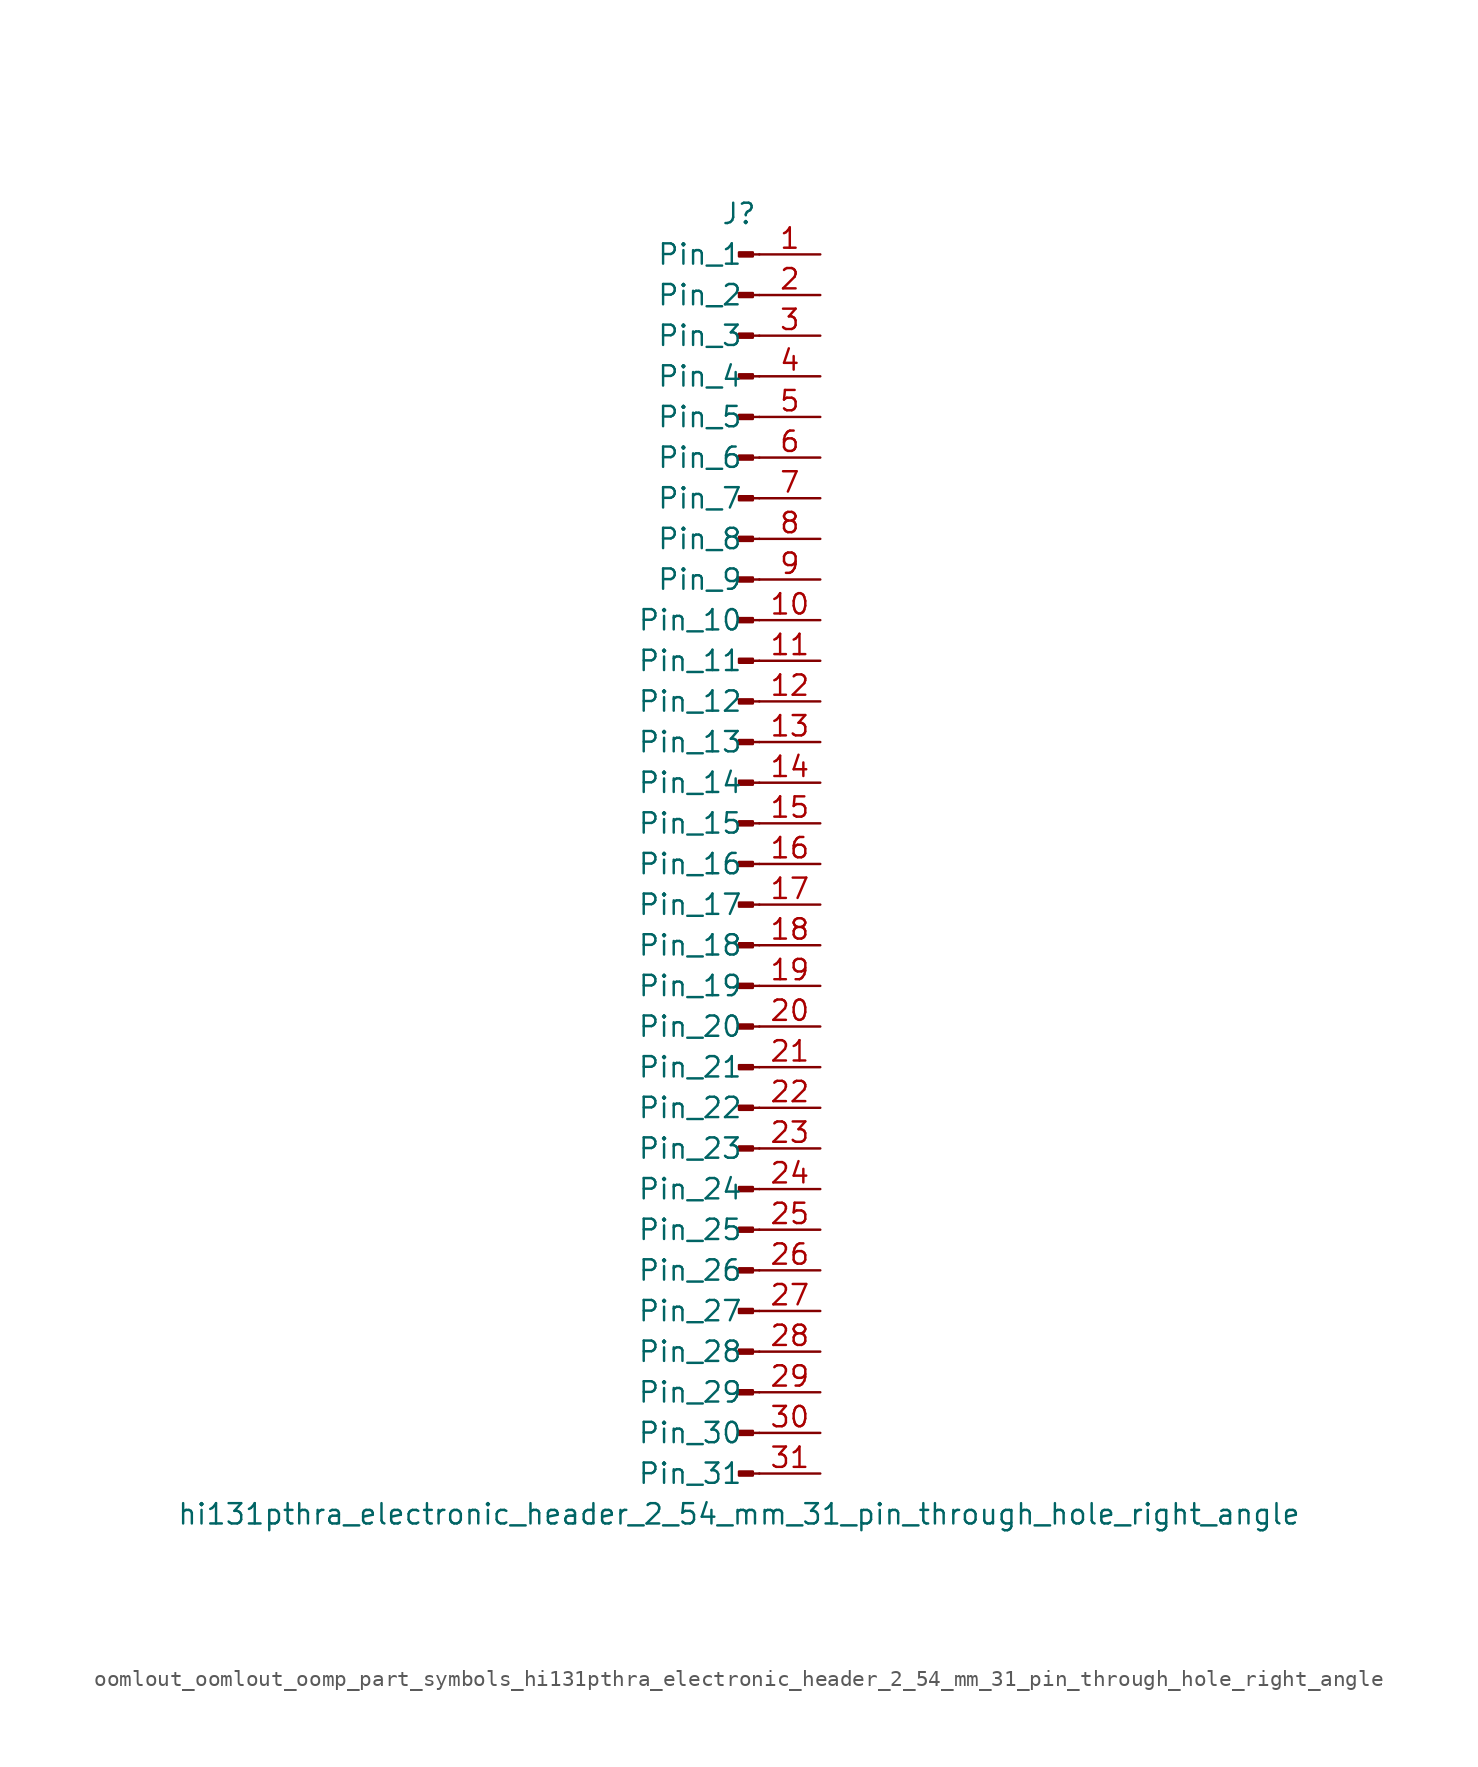
<source format=kicad_sym>
(kicad_symbol_lib
  (version 20220914)
  (generator kicad_symbol_editor)
  (symbol "oomlout_oomlout_oomp_part_symbols_hi131pthra_electronic_header_2_54_mm_31_pin_through_hole_right_angle"
    (pin_names
      (offset 1.016))
    (property "Reference" "J"
      (at 0 40.64 0)
      (effects (font (size 1.27 1.27))))
    (property "Value" "hi131pthra_electronic_header_2_54_mm_31_pin_through_hole_right_angle"
      (at 0 -40.64 0)
      (effects (font (size 1.27 1.27))))
    (property "ki_locked" ""
      (at 0 0 0)
      (effects (font (size 1.27 1.27))))
    (symbol "oomlout_oomlout_oomp_part_symbols_hi131pthra_electronic_header_2_54_mm_31_pin_through_hole_right_angle_1_1"
      (polyline (pts (xy 1.27 -38.1) (xy 0.864 -38.1)) (stroke (width 0.152) (type default)) (fill (type none)))
      (polyline (pts (xy 1.27 -35.56) (xy 0.864 -35.56)) (stroke (width 0.152) (type default)) (fill (type none)))
      (polyline (pts (xy 1.27 -33.02) (xy 0.864 -33.02)) (stroke (width 0.152) (type default)) (fill (type none)))
      (polyline (pts (xy 1.27 -30.48) (xy 0.864 -30.48)) (stroke (width 0.152) (type default)) (fill (type none)))
      (polyline (pts (xy 1.27 -27.94) (xy 0.864 -27.94)) (stroke (width 0.152) (type default)) (fill (type none)))
      (polyline (pts (xy 1.27 -25.4) (xy 0.864 -25.4)) (stroke (width 0.152) (type default)) (fill (type none)))
      (polyline (pts (xy 1.27 -22.86) (xy 0.864 -22.86)) (stroke (width 0.152) (type default)) (fill (type none)))
      (polyline (pts (xy 1.27 -20.32) (xy 0.864 -20.32)) (stroke (width 0.152) (type default)) (fill (type none)))
      (polyline (pts (xy 1.27 -17.78) (xy 0.864 -17.78)) (stroke (width 0.152) (type default)) (fill (type none)))
      (polyline (pts (xy 1.27 -15.24) (xy 0.864 -15.24)) (stroke (width 0.152) (type default)) (fill (type none)))
      (polyline (pts (xy 1.27 -12.7) (xy 0.864 -12.7)) (stroke (width 0.152) (type default)) (fill (type none)))
      (polyline (pts (xy 1.27 -10.16) (xy 0.864 -10.16)) (stroke (width 0.152) (type default)) (fill (type none)))
      (polyline (pts (xy 1.27 -7.62) (xy 0.864 -7.62)) (stroke (width 0.152) (type default)) (fill (type none)))
      (polyline (pts (xy 1.27 -5.08) (xy 0.864 -5.08)) (stroke (width 0.152) (type default)) (fill (type none)))
      (polyline (pts (xy 1.27 -2.54) (xy 0.864 -2.54)) (stroke (width 0.152) (type default)) (fill (type none)))
      (polyline (pts (xy 1.27 0) (xy 0.864 0)) (stroke (width 0.152) (type default)) (fill (type none)))
      (polyline (pts (xy 1.27 2.54) (xy 0.864 2.54)) (stroke (width 0.152) (type default)) (fill (type none)))
      (polyline (pts (xy 1.27 5.08) (xy 0.864 5.08)) (stroke (width 0.152) (type default)) (fill (type none)))
      (polyline (pts (xy 1.27 7.62) (xy 0.864 7.62)) (stroke (width 0.152) (type default)) (fill (type none)))
      (polyline (pts (xy 1.27 10.16) (xy 0.864 10.16)) (stroke (width 0.152) (type default)) (fill (type none)))
      (polyline (pts (xy 1.27 12.7) (xy 0.864 12.7)) (stroke (width 0.152) (type default)) (fill (type none)))
      (polyline (pts (xy 1.27 15.24) (xy 0.864 15.24)) (stroke (width 0.152) (type default)) (fill (type none)))
      (polyline (pts (xy 1.27 17.78) (xy 0.864 17.78)) (stroke (width 0.152) (type default)) (fill (type none)))
      (polyline (pts (xy 1.27 20.32) (xy 0.864 20.32)) (stroke (width 0.152) (type default)) (fill (type none)))
      (polyline (pts (xy 1.27 22.86) (xy 0.864 22.86)) (stroke (width 0.152) (type default)) (fill (type none)))
      (polyline (pts (xy 1.27 25.4) (xy 0.864 25.4)) (stroke (width 0.152) (type default)) (fill (type none)))
      (polyline (pts (xy 1.27 27.94) (xy 0.864 27.94)) (stroke (width 0.152) (type default)) (fill (type none)))
      (polyline (pts (xy 1.27 30.48) (xy 0.864 30.48)) (stroke (width 0.152) (type default)) (fill (type none)))
      (polyline (pts (xy 1.27 33.02) (xy 0.864 33.02)) (stroke (width 0.152) (type default)) (fill (type none)))
      (polyline (pts (xy 1.27 35.56) (xy 0.864 35.56)) (stroke (width 0.152) (type default)) (fill (type none)))
      (polyline (pts (xy 1.27 38.1) (xy 0.864 38.1)) (stroke (width 0.152) (type default)) (fill (type none)))
      (rectangle (start 0.864 -37.973) (end 0 -38.227) (stroke (width 0.152) (type default)) (fill (type outline)))
      (rectangle (start 0.864 -35.433) (end 0 -35.687) (stroke (width 0.152) (type default)) (fill (type outline)))
      (rectangle (start 0.864 -32.893) (end 0 -33.147) (stroke (width 0.152) (type default)) (fill (type outline)))
      (rectangle (start 0.864 -30.353) (end 0 -30.607) (stroke (width 0.152) (type default)) (fill (type outline)))
      (rectangle (start 0.864 -27.813) (end 0 -28.067) (stroke (width 0.152) (type default)) (fill (type outline)))
      (rectangle (start 0.864 -25.273) (end 0 -25.527) (stroke (width 0.152) (type default)) (fill (type outline)))
      (rectangle (start 0.864 -22.733) (end 0 -22.987) (stroke (width 0.152) (type default)) (fill (type outline)))
      (rectangle (start 0.864 -20.193) (end 0 -20.447) (stroke (width 0.152) (type default)) (fill (type outline)))
      (rectangle (start 0.864 -17.653) (end 0 -17.907) (stroke (width 0.152) (type default)) (fill (type outline)))
      (rectangle (start 0.864 -15.113) (end 0 -15.367) (stroke (width 0.152) (type default)) (fill (type outline)))
      (rectangle (start 0.864 -12.573) (end 0 -12.827) (stroke (width 0.152) (type default)) (fill (type outline)))
      (rectangle (start 0.864 -10.033) (end 0 -10.287) (stroke (width 0.152) (type default)) (fill (type outline)))
      (rectangle (start 0.864 -7.493) (end 0 -7.747) (stroke (width 0.152) (type default)) (fill (type outline)))
      (rectangle (start 0.864 -4.953) (end 0 -5.207) (stroke (width 0.152) (type default)) (fill (type outline)))
      (rectangle (start 0.864 -2.413) (end 0 -2.667) (stroke (width 0.152) (type default)) (fill (type outline)))
      (rectangle (start 0.864 0.127) (end 0 -0.127) (stroke (width 0.152) (type default)) (fill (type outline)))
      (rectangle (start 0.864 2.667) (end 0 2.413) (stroke (width 0.152) (type default)) (fill (type outline)))
      (rectangle (start 0.864 5.207) (end 0 4.953) (stroke (width 0.152) (type default)) (fill (type outline)))
      (rectangle (start 0.864 7.747) (end 0 7.493) (stroke (width 0.152) (type default)) (fill (type outline)))
      (rectangle (start 0.864 10.287) (end 0 10.033) (stroke (width 0.152) (type default)) (fill (type outline)))
      (rectangle (start 0.864 12.827) (end 0 12.573) (stroke (width 0.152) (type default)) (fill (type outline)))
      (rectangle (start 0.864 15.367) (end 0 15.113) (stroke (width 0.152) (type default)) (fill (type outline)))
      (rectangle (start 0.864 17.907) (end 0 17.653) (stroke (width 0.152) (type default)) (fill (type outline)))
      (rectangle (start 0.864 20.447) (end 0 20.193) (stroke (width 0.152) (type default)) (fill (type outline)))
      (rectangle (start 0.864 22.987) (end 0 22.733) (stroke (width 0.152) (type default)) (fill (type outline)))
      (rectangle (start 0.864 25.527) (end 0 25.273) (stroke (width 0.152) (type default)) (fill (type outline)))
      (rectangle (start 0.864 28.067) (end 0 27.813) (stroke (width 0.152) (type default)) (fill (type outline)))
      (rectangle (start 0.864 30.607) (end 0 30.353) (stroke (width 0.152) (type default)) (fill (type outline)))
      (rectangle (start 0.864 33.147) (end 0 32.893) (stroke (width 0.152) (type default)) (fill (type outline)))
      (rectangle (start 0.864 35.687) (end 0 35.433) (stroke (width 0.152) (type default)) (fill (type outline)))
      (rectangle (start 0.864 38.227) (end 0 37.973) (stroke (width 0.152) (type default)) (fill (type outline)))
      (pin passive line (at 5.08 38.1 180) (length 3.81) (name "Pin_1" (effects (font (size 1.27 1.27)))) (number "1" (effects (font (size 1.27 1.27)))))
      (pin passive line (at 5.08 15.24 180) (length 3.81) (name "Pin_10" (effects (font (size 1.27 1.27)))) (number "10" (effects (font (size 1.27 1.27)))))
      (pin passive line (at 5.08 12.7 180) (length 3.81) (name "Pin_11" (effects (font (size 1.27 1.27)))) (number "11" (effects (font (size 1.27 1.27)))))
      (pin passive line (at 5.08 10.16 180) (length 3.81) (name "Pin_12" (effects (font (size 1.27 1.27)))) (number "12" (effects (font (size 1.27 1.27)))))
      (pin passive line (at 5.08 7.62 180) (length 3.81) (name "Pin_13" (effects (font (size 1.27 1.27)))) (number "13" (effects (font (size 1.27 1.27)))))
      (pin passive line (at 5.08 5.08 180) (length 3.81) (name "Pin_14" (effects (font (size 1.27 1.27)))) (number "14" (effects (font (size 1.27 1.27)))))
      (pin passive line (at 5.08 2.54 180) (length 3.81) (name "Pin_15" (effects (font (size 1.27 1.27)))) (number "15" (effects (font (size 1.27 1.27)))))
      (pin passive line (at 5.08 0 180) (length 3.81) (name "Pin_16" (effects (font (size 1.27 1.27)))) (number "16" (effects (font (size 1.27 1.27)))))
      (pin passive line (at 5.08 -2.54 180) (length 3.81) (name "Pin_17" (effects (font (size 1.27 1.27)))) (number "17" (effects (font (size 1.27 1.27)))))
      (pin passive line (at 5.08 -5.08 180) (length 3.81) (name "Pin_18" (effects (font (size 1.27 1.27)))) (number "18" (effects (font (size 1.27 1.27)))))
      (pin passive line (at 5.08 -7.62 180) (length 3.81) (name "Pin_19" (effects (font (size 1.27 1.27)))) (number "19" (effects (font (size 1.27 1.27)))))
      (pin passive line (at 5.08 35.56 180) (length 3.81) (name "Pin_2" (effects (font (size 1.27 1.27)))) (number "2" (effects (font (size 1.27 1.27)))))
      (pin passive line (at 5.08 -10.16 180) (length 3.81) (name "Pin_20" (effects (font (size 1.27 1.27)))) (number "20" (effects (font (size 1.27 1.27)))))
      (pin passive line (at 5.08 -12.7 180) (length 3.81) (name "Pin_21" (effects (font (size 1.27 1.27)))) (number "21" (effects (font (size 1.27 1.27)))))
      (pin passive line (at 5.08 -15.24 180) (length 3.81) (name "Pin_22" (effects (font (size 1.27 1.27)))) (number "22" (effects (font (size 1.27 1.27)))))
      (pin passive line (at 5.08 -17.78 180) (length 3.81) (name "Pin_23" (effects (font (size 1.27 1.27)))) (number "23" (effects (font (size 1.27 1.27)))))
      (pin passive line (at 5.08 -20.32 180) (length 3.81) (name "Pin_24" (effects (font (size 1.27 1.27)))) (number "24" (effects (font (size 1.27 1.27)))))
      (pin passive line (at 5.08 -22.86 180) (length 3.81) (name "Pin_25" (effects (font (size 1.27 1.27)))) (number "25" (effects (font (size 1.27 1.27)))))
      (pin passive line (at 5.08 -25.4 180) (length 3.81) (name "Pin_26" (effects (font (size 1.27 1.27)))) (number "26" (effects (font (size 1.27 1.27)))))
      (pin passive line (at 5.08 -27.94 180) (length 3.81) (name "Pin_27" (effects (font (size 1.27 1.27)))) (number "27" (effects (font (size 1.27 1.27)))))
      (pin passive line (at 5.08 -30.48 180) (length 3.81) (name "Pin_28" (effects (font (size 1.27 1.27)))) (number "28" (effects (font (size 1.27 1.27)))))
      (pin passive line (at 5.08 -33.02 180) (length 3.81) (name "Pin_29" (effects (font (size 1.27 1.27)))) (number "29" (effects (font (size 1.27 1.27)))))
      (pin passive line (at 5.08 33.02 180) (length 3.81) (name "Pin_3" (effects (font (size 1.27 1.27)))) (number "3" (effects (font (size 1.27 1.27)))))
      (pin passive line (at 5.08 -35.56 180) (length 3.81) (name "Pin_30" (effects (font (size 1.27 1.27)))) (number "30" (effects (font (size 1.27 1.27)))))
      (pin passive line (at 5.08 -38.1 180) (length 3.81) (name "Pin_31" (effects (font (size 1.27 1.27)))) (number "31" (effects (font (size 1.27 1.27)))))
      (pin passive line (at 5.08 30.48 180) (length 3.81) (name "Pin_4" (effects (font (size 1.27 1.27)))) (number "4" (effects (font (size 1.27 1.27)))))
      (pin passive line (at 5.08 27.94 180) (length 3.81) (name "Pin_5" (effects (font (size 1.27 1.27)))) (number "5" (effects (font (size 1.27 1.27)))))
      (pin passive line (at 5.08 25.4 180) (length 3.81) (name "Pin_6" (effects (font (size 1.27 1.27)))) (number "6" (effects (font (size 1.27 1.27)))))
      (pin passive line (at 5.08 22.86 180) (length 3.81) (name "Pin_7" (effects (font (size 1.27 1.27)))) (number "7" (effects (font (size 1.27 1.27)))))
      (pin passive line (at 5.08 20.32 180) (length 3.81) (name "Pin_8" (effects (font (size 1.27 1.27)))) (number "8" (effects (font (size 1.27 1.27)))))
      (pin passive line (at 5.08 17.78 180) (length 3.81) (name "Pin_9" (effects (font (size 1.27 1.27)))) (number "9" (effects (font (size 1.27 1.27))))))))
</source>
